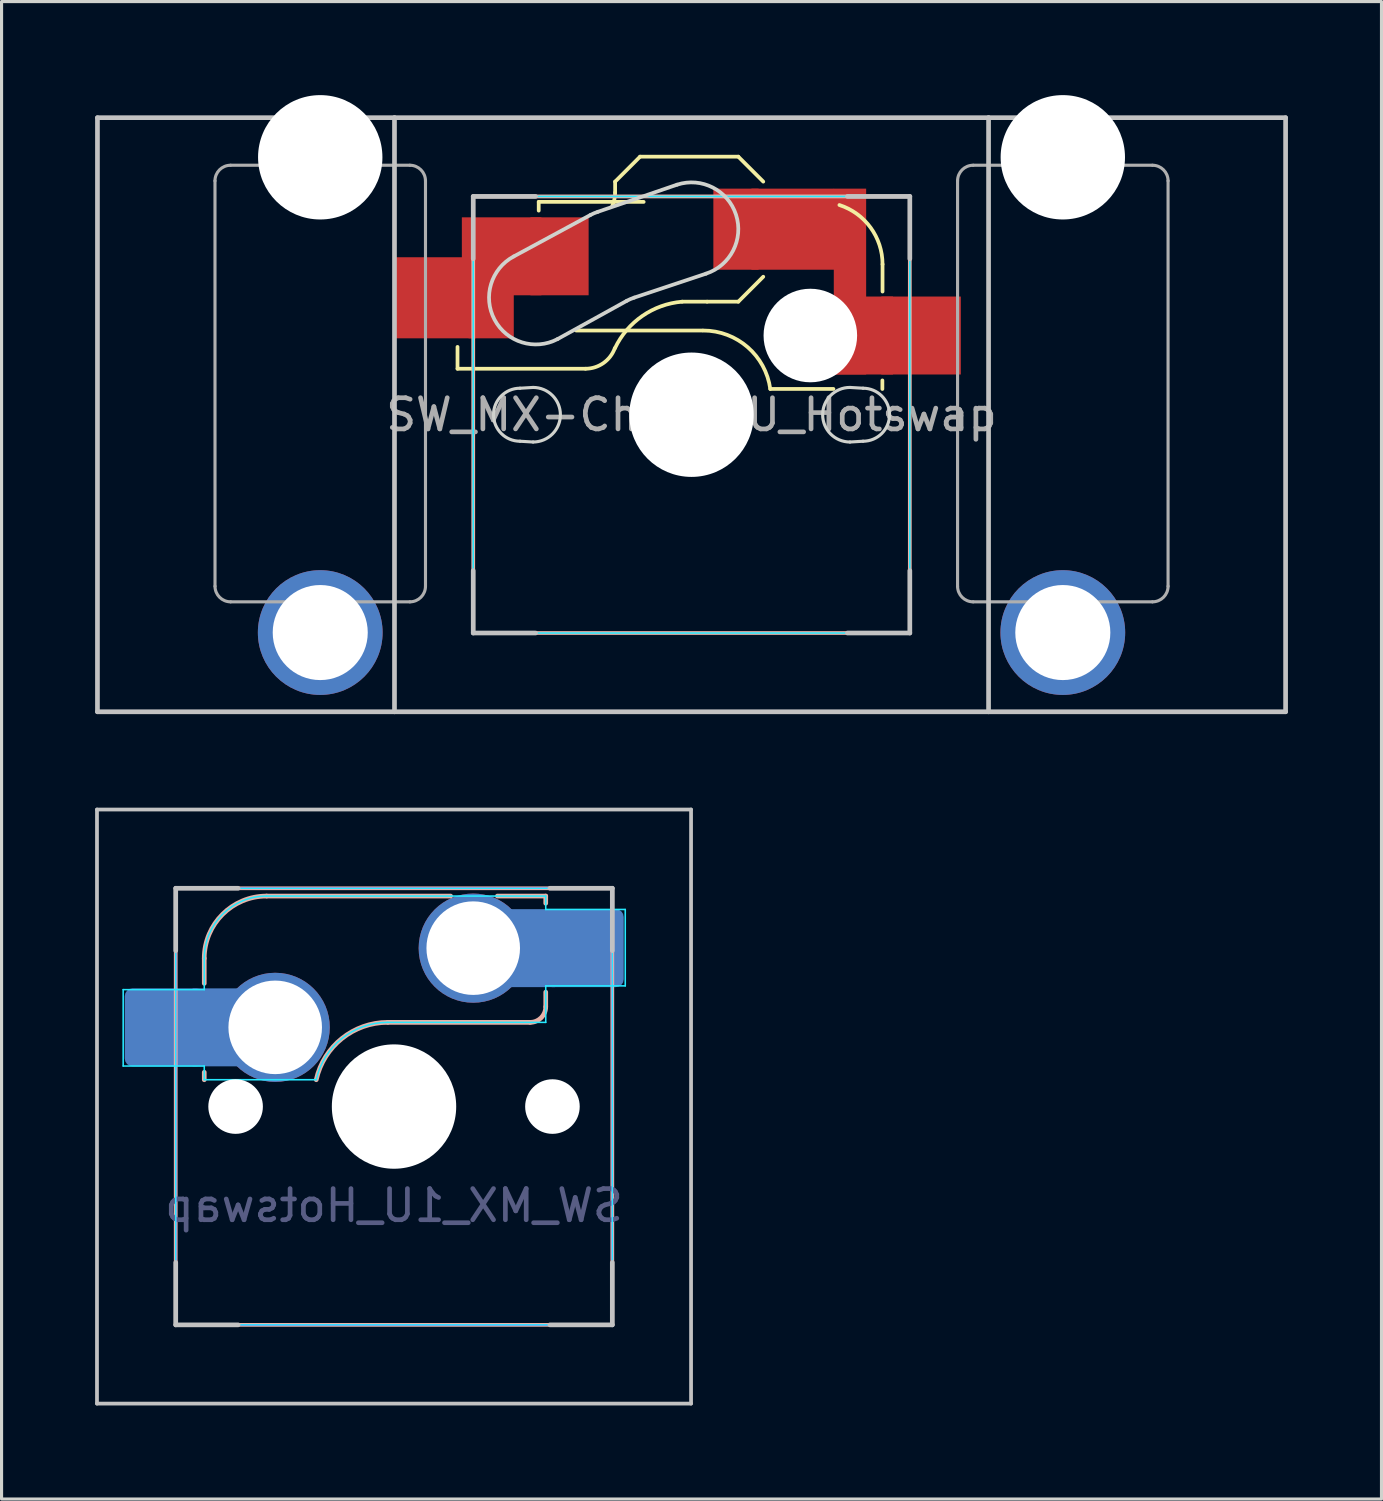
<source format=kicad_pcb>
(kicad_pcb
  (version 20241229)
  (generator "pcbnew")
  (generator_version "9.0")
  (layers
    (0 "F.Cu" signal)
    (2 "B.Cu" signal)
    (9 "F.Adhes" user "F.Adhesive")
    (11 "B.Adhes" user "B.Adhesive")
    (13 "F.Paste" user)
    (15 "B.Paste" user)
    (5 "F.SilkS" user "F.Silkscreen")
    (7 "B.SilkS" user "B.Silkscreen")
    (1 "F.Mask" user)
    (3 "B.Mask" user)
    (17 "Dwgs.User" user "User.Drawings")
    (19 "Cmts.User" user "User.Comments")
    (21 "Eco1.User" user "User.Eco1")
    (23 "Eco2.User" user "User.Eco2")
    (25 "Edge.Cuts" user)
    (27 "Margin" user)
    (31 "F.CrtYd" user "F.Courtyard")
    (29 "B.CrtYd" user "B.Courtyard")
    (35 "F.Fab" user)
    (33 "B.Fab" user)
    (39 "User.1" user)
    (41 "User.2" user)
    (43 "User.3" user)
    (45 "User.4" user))
  (footprint "SW_MX_1U_Hotswap"
    (layer "F.Cu")
    (at 9.585 32.434)
    (property "Reference" "SW_MX_1U_Hotswap" (at 0 3.175 0) (layer "B.Fab") (effects (font (size 1 1) (thickness 0.15)) (justify mirror)))
    (attr smd)
    (fp_line (start -7 7) (end -7 -7) (stroke (width 0.12) (type default)) (layer "B.SilkS"))
    (fp_line (start -6.085 -3.95) (end -6.085 -4.75) (stroke (width 0.15) (type solid)) (layer "B.SilkS"))
    (fp_line (start -6.085 -1.1) (end -6.085 -0.86) (stroke (width 0.15) (type solid)) (layer "B.SilkS"))
    (fp_line (start -4.085 -6.75) (end 1.815 -6.75) (stroke (width 0.15) (type solid)) (layer "B.SilkS"))
    (fp_line (start 3.315 -6.75) (end 4.865 -6.75) (stroke (width 0.15) (type solid)) (layer "B.SilkS"))
    (fp_line (start 4.365 -2.7) (end -0.2 -2.7) (stroke (width 0.15) (type solid)) (layer "B.SilkS"))
    (fp_line (start 4.865 -6.75) (end 4.865 -6.52) (stroke (width 0.15) (type solid)) (layer "B.SilkS"))
    (fp_line (start 4.865 -3.67) (end 4.865 -3.2) (stroke (width 0.15) (type solid)) (layer "B.SilkS"))
    (fp_line (start 7 -7) (end -7 -7) (stroke (width 0.12) (type default)) (layer "B.SilkS"))
    (fp_line (start 7 -7) (end 7 7) (stroke (width 0.12) (type default)) (layer "B.SilkS"))
    (fp_line (start 7 7) (end -7 7) (stroke (width 0.12) (type default)) (layer "B.SilkS"))
    (fp_arc (start -6.085176 -4.75022) (mid -5.499392 -6.164436) (end -4.085176 -6.75022) (stroke (width 0.15) (type solid)) (layer "B.SilkS"))
    (fp_arc (start -2.494322 -0.86022) (mid -1.670693 -2.183637) (end -0.2 -2.70022) (stroke (width 0.15) (type solid)) (layer "B.SilkS"))
    (fp_arc (start 4.864824 -3.20022) (mid 4.718377 -2.846667) (end 4.364824 -2.70022) (stroke (width 0.15) (type solid)) (layer "B.SilkS"))
    (fp_line (start -9.525 -9.525) (end -9.525 9.525) (stroke (width 0.12) (type solid)) (layer "Dwgs.User"))
    (fp_line (start -9.525 9.525) (end 9.525 9.525) (stroke (width 0.12) (type solid)) (layer "Dwgs.User"))
    (fp_line (start -7 -7) (end -7 -5) (stroke (width 0.15) (type solid)) (layer "Dwgs.User"))
    (fp_line (start -7 5) (end -7 7) (stroke (width 0.15) (type solid)) (layer "Dwgs.User"))
    (fp_line (start -7 7) (end -5 7) (stroke (width 0.15) (type solid)) (layer "Dwgs.User"))
    (fp_line (start -5 -7) (end -7 -7) (stroke (width 0.15) (type solid)) (layer "Dwgs.User"))
    (fp_line (start 5 -7) (end 7 -7) (stroke (width 0.15) (type solid)) (layer "Dwgs.User"))
    (fp_line (start 5 7) (end 7 7) (stroke (width 0.15) (type solid)) (layer "Dwgs.User"))
    (fp_line (start 7 -7) (end 7 -5) (stroke (width 0.15) (type solid)) (layer "Dwgs.User"))
    (fp_line (start 7 7) (end 7 5) (stroke (width 0.15) (type solid)) (layer "Dwgs.User"))
    (fp_line (start 9.525 -9.525) (end -9.525 -9.525) (stroke (width 0.12) (type solid)) (layer "Dwgs.User"))
    (fp_line (start 9.525 9.525) (end 9.525 -9.525) (stroke (width 0.12) (type solid)) (layer "Dwgs.User"))
    (fp_line (start -8.685 -3.75) (end -8.685 -1.3) (stroke (width 0.05) (type solid)) (layer "B.CrtYd"))
    (fp_line (start -8.685 -1.3) (end -6.085 -1.3) (stroke (width 0.05) (type solid)) (layer "B.CrtYd"))
    (fp_line (start -6.085 -3.75) (end -8.685 -3.75) (stroke (width 0.05) (type solid)) (layer "B.CrtYd"))
    (fp_line (start -6.085 -3.75) (end -6.085 -4.75) (stroke (width 0.05) (type solid)) (layer "B.CrtYd"))
    (fp_line (start -6.085 -1.3) (end -6.085 -0.86) (stroke (width 0.05) (type solid)) (layer "B.CrtYd"))
    (fp_line (start -6.085 -0.86) (end -2.494 -0.86) (stroke (width 0.05) (type solid)) (layer "B.CrtYd"))
    (fp_line (start -4.085 -6.75) (end 4.865 -6.75) (stroke (width 0.05) (type solid)) (layer "B.CrtYd"))
    (fp_line (start 4.865 -6.75) (end 4.865 -6.32) (stroke (width 0.05) (type solid)) (layer "B.CrtYd"))
    (fp_line (start 4.865 -3.87) (end 4.865 -2.7) (stroke (width 0.05) (type solid)) (layer "B.CrtYd"))
    (fp_line (start 4.865 -3.87) (end 7.415 -3.87) (stroke (width 0.05) (type solid)) (layer "B.CrtYd"))
    (fp_line (start 4.865 -2.7) (end -0.2 -2.7) (stroke (width 0.05) (type solid)) (layer "B.CrtYd"))
    (fp_line (start 7.415 -6.32) (end 4.865 -6.32) (stroke (width 0.05) (type solid)) (layer "B.CrtYd"))
    (fp_line (start 7.415 -3.87) (end 7.415 -6.32) (stroke (width 0.05) (type solid)) (layer "B.CrtYd"))
    (fp_rect (start 7 -7) (end -7 7) (stroke (width 0.05) (type solid)) (fill no) (layer "B.CrtYd"))
    (fp_arc (start -6.085176 -4.75022) (mid -5.499392 -6.164436) (end -4.085176 -6.75022) (stroke (width 0.05) (type solid)) (layer "B.CrtYd"))
    (fp_arc (start -2.494322 -0.86022) (mid -1.670502 -2.183399) (end -0.2 -2.70022) (stroke (width 0.05) (type solid)) (layer "B.CrtYd"))
    (fp_line (start -7 -7) (end -7 7) (stroke (width 0.05) (type solid)) (layer "F.CrtYd"))
    (fp_line (start -7 7) (end 7 7) (stroke (width 0.05) (type solid)) (layer "F.CrtYd"))
    (fp_line (start 7 -7) (end -7 -7) (stroke (width 0.05) (type solid)) (layer "F.CrtYd"))
    (fp_line (start 7 7) (end 7 -7) (stroke (width 0.05) (type solid)) (layer "F.CrtYd"))
    (pad "" np_thru_hole circle (at -5.08 0) (size 1.75 1.75) (drill 1.75) (layers "*.Cu" "*.Mask"))
    (pad "" np_thru_hole circle (at 0 0) (size 3.988 3.988) (drill 3.988) (layers "*.Cu" "*.Mask"))
    (pad "" np_thru_hole circle (at 5.08 0) (size 1.75 1.75) (drill 1.75) (layers "*.Cu" "*.Mask"))
    (pad "1" smd roundrect (at -7.36 -2.54) (size 2.55 2.5) (layers "B.Cu" "B.Mask" "B.Paste") (roundrect_rratio 0.1))
    (pad "1" smd rect (at -5.635 -2.54 180) (size 1.65 2.5) (layers "B.Cu"))
    (pad "1" thru_hole circle (at -3.81 -2.54) (size 3.5 3.5) (drill 3) (layers "*.Cu" "*.Mask"))
    (pad "2" thru_hole circle (at 2.54 -5.08) (size 3.5 3.5) (drill 3) (layers "*.Cu" "*.Mask"))
    (pad "2" smd rect (at 4.34 -5.08) (size 1.65 2.5) (layers "B.Cu"))
    (pad "2" smd roundrect (at 6.09 -5.08) (size 2.55 2.5) (layers "B.Cu" "B.Mask" "B.Paste") (roundrect_rratio 0.1)))
  (footprint "SW_MX-Choc_2U_Hotswap"
    (layer "F.Cu")
    (at 19.125 10.249)
    (property "Reference" "SW_MX-Choc_2U_Hotswap" (at 0 0 0) (layer "F.Fab") (effects (font (size 1 1) (thickness 0.15))))
    (attr smd)
    (fp_line (start -7.504 -1.475) (end -7.504 -2.175) (stroke (width 0.12) (type solid)) (layer "F.SilkS"))
    (fp_line (start -7.504 -1.475) (end -3.4 -1.475) (stroke (width 0.12) (type solid)) (layer "F.SilkS"))
    (fp_line (start -4.9 -6.825) (end -4.9 -6.545) (stroke (width 0.12) (type solid)) (layer "F.SilkS"))
    (fp_line (start -3.7 -2.7) (end 0.35 -2.7) (stroke (width 0.12) (type solid)) (layer "F.SilkS"))
    (fp_line (start -2.45 -7.475) (end -2.45 -7.125) (stroke (width 0.12) (type solid)) (layer "F.SilkS"))
    (fp_line (start -2.45 -7.475) (end -1.65 -8.275) (stroke (width 0.12) (type solid)) (layer "F.SilkS"))
    (fp_line (start -1.535 -6.825) (end -4.9 -6.825) (stroke (width 0.12) (type solid)) (layer "F.SilkS"))
    (fp_line (start -0.3 -3.625) (end 0.5 -3.625) (stroke (width 0.12) (type solid)) (layer "F.SilkS"))
    (fp_line (start 1.5 -8.275) (end -1.65 -8.275) (stroke (width 0.12) (type solid)) (layer "F.SilkS"))
    (fp_line (start 1.5 -3.625) (end 0.5 -3.625) (stroke (width 0.12) (type solid)) (layer "F.SilkS"))
    (fp_line (start 1.5 -3.625) (end 2.3 -4.425) (stroke (width 0.12) (type solid)) (layer "F.SilkS"))
    (fp_line (start 2.3 -7.475) (end 1.5 -8.275) (stroke (width 0.12) (type solid)) (layer "F.SilkS"))
    (fp_line (start 2.525 -0.827) (end 4.55 -0.827) (stroke (width 0.12) (type default)) (layer "F.SilkS"))
    (fp_line (start 6.12 -1.1) (end 6.12 -0.825) (stroke (width 0.12) (type solid)) (layer "F.SilkS"))
    (fp_line (start 6.125 -3.95) (end 6.125 -4.825) (stroke (width 0.12) (type solid)) (layer "F.SilkS"))
    (fp_arc (start -2.460307 -2.13298) (mid -2.826423 -1.655848) (end -3.4 -1.475) (stroke (width 0.12) (type solid)) (layer "F.SilkS"))
    (fp_arc (start -2.455444 -2.13293) (mid -1.577271 -3.167234) (end -0.299999 -3.624999) (stroke (width 0.12) (type solid)) (layer "F.SilkS"))
    (fp_arc (start -2.45 -7.125) (mid -2.472937 -6.907712) (end -2.540733 -6.7) (stroke (width 0.12) (type solid)) (layer "F.SilkS"))
    (fp_arc (start 0.375001 -2.7) (mid 1.800989 -2.166216) (end 2.525 -0.826741) (stroke (width 0.12) (type solid)) (layer "F.SilkS"))
    (fp_arc (start 4.742536 -6.724559) (mid 5.74278 -5.999545) (end 6.125 -4.82478) (stroke (width 0.12) (type solid)) (layer "F.SilkS"))
    (fp_rect (start 7 -7) (end -7 7) (stroke (width 0.12) (type solid)) (fill no) (layer "B.SilkS"))
    (fp_line (start -19.05 -9.525) (end -9.525 -9.525) (stroke (width 0.15) (type solid)) (layer "Dwgs.User"))
    (fp_line (start -19.05 9.525) (end -19.05 -9.525) (stroke (width 0.15) (type solid)) (layer "Dwgs.User"))
    (fp_line (start -9.525 -9.525) (end -9.525 9.525) (stroke (width 0.15) (type solid)) (layer "Dwgs.User"))
    (fp_line (start -9.525 9.525) (end -19.05 9.525) (stroke (width 0.15) (type solid)) (layer "Dwgs.User"))
    (fp_line (start -9.525 9.525) (end 9.525 9.525) (stroke (width 0.15) (type solid)) (layer "Dwgs.User"))
    (fp_line (start -7 -7) (end -7 -5) (stroke (width 0.15) (type solid)) (layer "Dwgs.User"))
    (fp_line (start -7 7) (end -7 5) (stroke (width 0.15) (type solid)) (layer "Dwgs.User"))
    (fp_line (start -5 -7) (end -7 -7) (stroke (width 0.15) (type solid)) (layer "Dwgs.User"))
    (fp_line (start -5 7) (end -7 7) (stroke (width 0.15) (type solid)) (layer "Dwgs.User"))
    (fp_line (start 5 -7) (end 7 -7) (stroke (width 0.15) (type solid)) (layer "Dwgs.User"))
    (fp_line (start 7 -7) (end 7 -5) (stroke (width 0.15) (type solid)) (layer "Dwgs.User"))
    (fp_line (start 7 5) (end 7 7) (stroke (width 0.15) (type solid)) (layer "Dwgs.User"))
    (fp_line (start 7 7) (end 5 7) (stroke (width 0.15) (type solid)) (layer "Dwgs.User"))
    (fp_line (start 9.525 -9.525) (end -9.525 -9.525) (stroke (width 0.15) (type solid)) (layer "Dwgs.User"))
    (fp_line (start 9.525 -9.525) (end 19.05 -9.525) (stroke (width 0.15) (type solid)) (layer "Dwgs.User"))
    (fp_line (start 9.525 9.525) (end 9.525 -9.525) (stroke (width 0.15) (type solid)) (layer "Dwgs.User"))
    (fp_line (start 19.05 -9.525) (end 19.05 9.525) (stroke (width 0.15) (type solid)) (layer "Dwgs.User"))
    (fp_line (start 19.05 9.525) (end 9.525 9.525) (stroke (width 0.15) (type solid)) (layer "Dwgs.User"))
    (fp_line (start -5.5 -0.85) (end -5.08 -0.875) (stroke (width 0.1) (type default)) (layer "Edge.Cuts"))
    (fp_line (start -5.08 0.875) (end -5.5 0.85) (stroke (width 0.1) (type default)) (layer "Edge.Cuts"))
    (fp_line (start -3.244 -6.404) (end -5.704 -5.074) (stroke (width 0.12) (type default)) (layer "Edge.Cuts"))
    (fp_line (start -2.076 -3.653) (end -4.296 -2.426) (stroke (width 0.12) (type default)) (layer "Edge.Cuts"))
    (fp_line (start -0.464 -7.377) (end -3.004 -6.507) (stroke (width 0.12) (type default)) (layer "Edge.Cuts"))
    (fp_line (start 0.464 -4.523) (end -1.836 -3.756) (stroke (width 0.12) (type default)) (layer "Edge.Cuts"))
    (fp_line (start 5.08 -0.875) (end 5.5 -0.85) (stroke (width 0.1) (type default)) (layer "Edge.Cuts"))
    (fp_line (start 5.5 0.85) (end 5.08 0.875) (stroke (width 0.1) (type default)) (layer "Edge.Cuts"))
    (fp_arc (start -5.5 0.85) (mid -6.35 0) (end -5.5 -0.85) (stroke (width 0.1) (type default)) (layer "Edge.Cuts"))
    (fp_arc (start -5.08 -0.875) (mid -4.205 0) (end -5.08 0.875) (stroke (width 0.1) (type default)) (layer "Edge.Cuts"))
    (fp_arc (start -4.295792 -2.425579) (mid -6.324421 -3.045792) (end -5.704208 -5.074421) (stroke (width 0.12) (type default)) (layer "Edge.Cuts"))
    (fp_arc (start -3.244208 -6.404421) (mid -3.126096 -6.460754) (end -3.003526 -6.506585) (stroke (width 0.12) (type default)) (layer "Edge.Cuts"))
    (fp_arc (start -2.076474 -3.653414) (mid -1.958364 -3.709752) (end -1.835792 -3.755578) (stroke (width 0.12) (type default)) (layer "Edge.Cuts"))
    (fp_arc (start -0.463533 -7.37658) (mid 1.42658 -6.413533) (end 0.463533 -4.52342) (stroke (width 0.12) (type default)) (layer "Edge.Cuts"))
    (fp_arc (start 5.08 0.875) (mid 4.205 0) (end 5.08 -0.875) (stroke (width 0.1) (type default)) (layer "Edge.Cuts"))
    (fp_arc (start 5.5 -0.85) (mid 6.35 0) (end 5.5 0.85) (stroke (width 0.1) (type default)) (layer "Edge.Cuts"))
    (fp_line (start -7 -7) (end -7 7) (stroke (width 0.05) (type default)) (layer "B.CrtYd"))
    (fp_line (start -7 7) (end 7 7) (stroke (width 0.05) (type default)) (layer "B.CrtYd"))
    (fp_line (start 7 -7) (end -7 -7) (stroke (width 0.05) (type default)) (layer "B.CrtYd"))
    (fp_line (start 7 7) (end 7 -7) (stroke (width 0.05) (type default)) (layer "B.CrtYd"))
    (fp_line (start -15.28 5.5) (end -15.281 -7.5) (stroke (width 0.1) (type solid)) (layer "F.Fab"))
    (fp_line (start -9.031 -8) (end -14.781 -8) (stroke (width 0.1) (type solid)) (layer "F.Fab"))
    (fp_line (start -9.031 6) (end -14.78 6) (stroke (width 0.1) (type solid)) (layer "F.Fab"))
    (fp_line (start -8.531 5.5) (end -8.531 -7.5) (stroke (width 0.1) (type solid)) (layer "F.Fab"))
    (fp_line (start 8.531 5.5) (end 8.531 -7.5) (stroke (width 0.1) (type solid)) (layer "F.Fab"))
    (fp_line (start 14.781 -8) (end 9.031 -8) (stroke (width 0.1) (type solid)) (layer "F.Fab"))
    (fp_line (start 14.781 6) (end 9.031 6) (stroke (width 0.1) (type solid)) (layer "F.Fab"))
    (fp_line (start 15.281 5.5) (end 15.281 -7.5) (stroke (width 0.1) (type solid)) (layer "F.Fab"))
    (fp_arc (start -15.28125 -7.500001) (mid -15.134806 -7.853571) (end -14.78125 -8.000001) (stroke (width 0.1) (type solid)) (layer "F.Fab"))
    (fp_arc (start -14.780039 5.999999) (mid -15.133567 5.853539) (end -15.280039 5.499999) (stroke (width 0.1) (type solid)) (layer "F.Fab"))
    (fp_arc (start -9.03125 -8.000001) (mid -8.677729 -7.853537) (end -8.53125 -7.500001) (stroke (width 0.1) (type solid)) (layer "F.Fab"))
    (fp_arc (start -8.53125 5.499999) (mid -8.677693 5.853571) (end -9.03125 5.999999) (stroke (width 0.1) (type solid)) (layer "F.Fab"))
    (fp_arc (start 8.53125 -7.500001) (mid 8.677697 -7.853554) (end 9.03125 -8.000001) (stroke (width 0.1) (type solid)) (layer "F.Fab"))
    (fp_arc (start 9.03125 5.999999) (mid 8.677697 5.853552) (end 8.53125 5.499999) (stroke (width 0.1) (type solid)) (layer "F.Fab"))
    (fp_arc (start 14.78125 -8.000001) (mid 15.134803 -7.853554) (end 15.28125 -7.500001) (stroke (width 0.1) (type solid)) (layer "F.Fab"))
    (fp_arc (start 15.28125 5.499999) (mid 15.134803 5.853552) (end 14.78125 5.999999) (stroke (width 0.1) (type solid)) (layer "F.Fab"))
    (pad "" np_thru_hole circle (at -11.906 -8.255 180) (size 3.988 3.988) (drill 3.988) (layers "*.Cu" "*.Mask"))
    (pad "" thru_hole circle (at -11.906 6.985 180) (size 4 4) (drill 3.048) (layers "*.Cu" "*.Mask"))
    (pad "" np_thru_hole circle (at 0 0 180) (size 3.988 3.988) (drill 3.988) (layers "*.Cu" "*.Mask"))
    (pad "" np_thru_hole circle (at 3.81 -2.54) (size 3 3) (drill 3) (layers "*.Cu" "*.Mask"))
    (pad "" np_thru_hole circle (at 11.906 -8.255 180) (size 3.988 3.988) (drill 3.988) (layers "*.Cu" "*.Mask"))
    (pad "" thru_hole circle (at 11.906 6.985 180) (size 4 4) (drill 3.048) (layers "*.Cu" "*.Mask"))
    (pad "1" smd rect (at 1.425 -5.95) (size 1.45 2.6) (layers "F.Cu"))
    (pad "1" smd rect (at 3.245 -5.95 180) (size 2.65 2.6) (layers "F.Cu" "F.Mask" "F.Paste"))
    (pad "1" smd rect (at 5.081 -4.27) (size 1.038 5.96) (layers "F.Cu"))
    (pad "1" smd rect (at 5.53 -2.54 180) (size 1.86 2.5) (layers "F.Cu"))
    (pad "1" smd rect (at 7.36 -2.54) (size 2.55 2.5) (layers "F.Cu" "F.Mask" "F.Paste"))
    (pad "2" smd rect (at -8.245 -3.75 180) (size 2.65 2.6) (layers "F.Cu" "F.Mask" "F.Paste"))
    (pad "2" smd rect (at -6.425 -3.75 180) (size 1.45 2.6) (layers "F.Cu"))
    (pad "2" smd rect (at -6.09 -5.08) (size 2.55 2.5) (layers "F.Cu" "F.Mask" "F.Paste"))
    (pad "2" smd rect (at -4.232 -5.08) (size 1.865 2.5) (layers "F.Cu")))
  (gr_rect
    (start -3 -3)
    (end 41.25 45.019)
    (stroke (width 0.1) (type default))
    (fill no)
    (layer "Edge.Cuts")))
</source>
